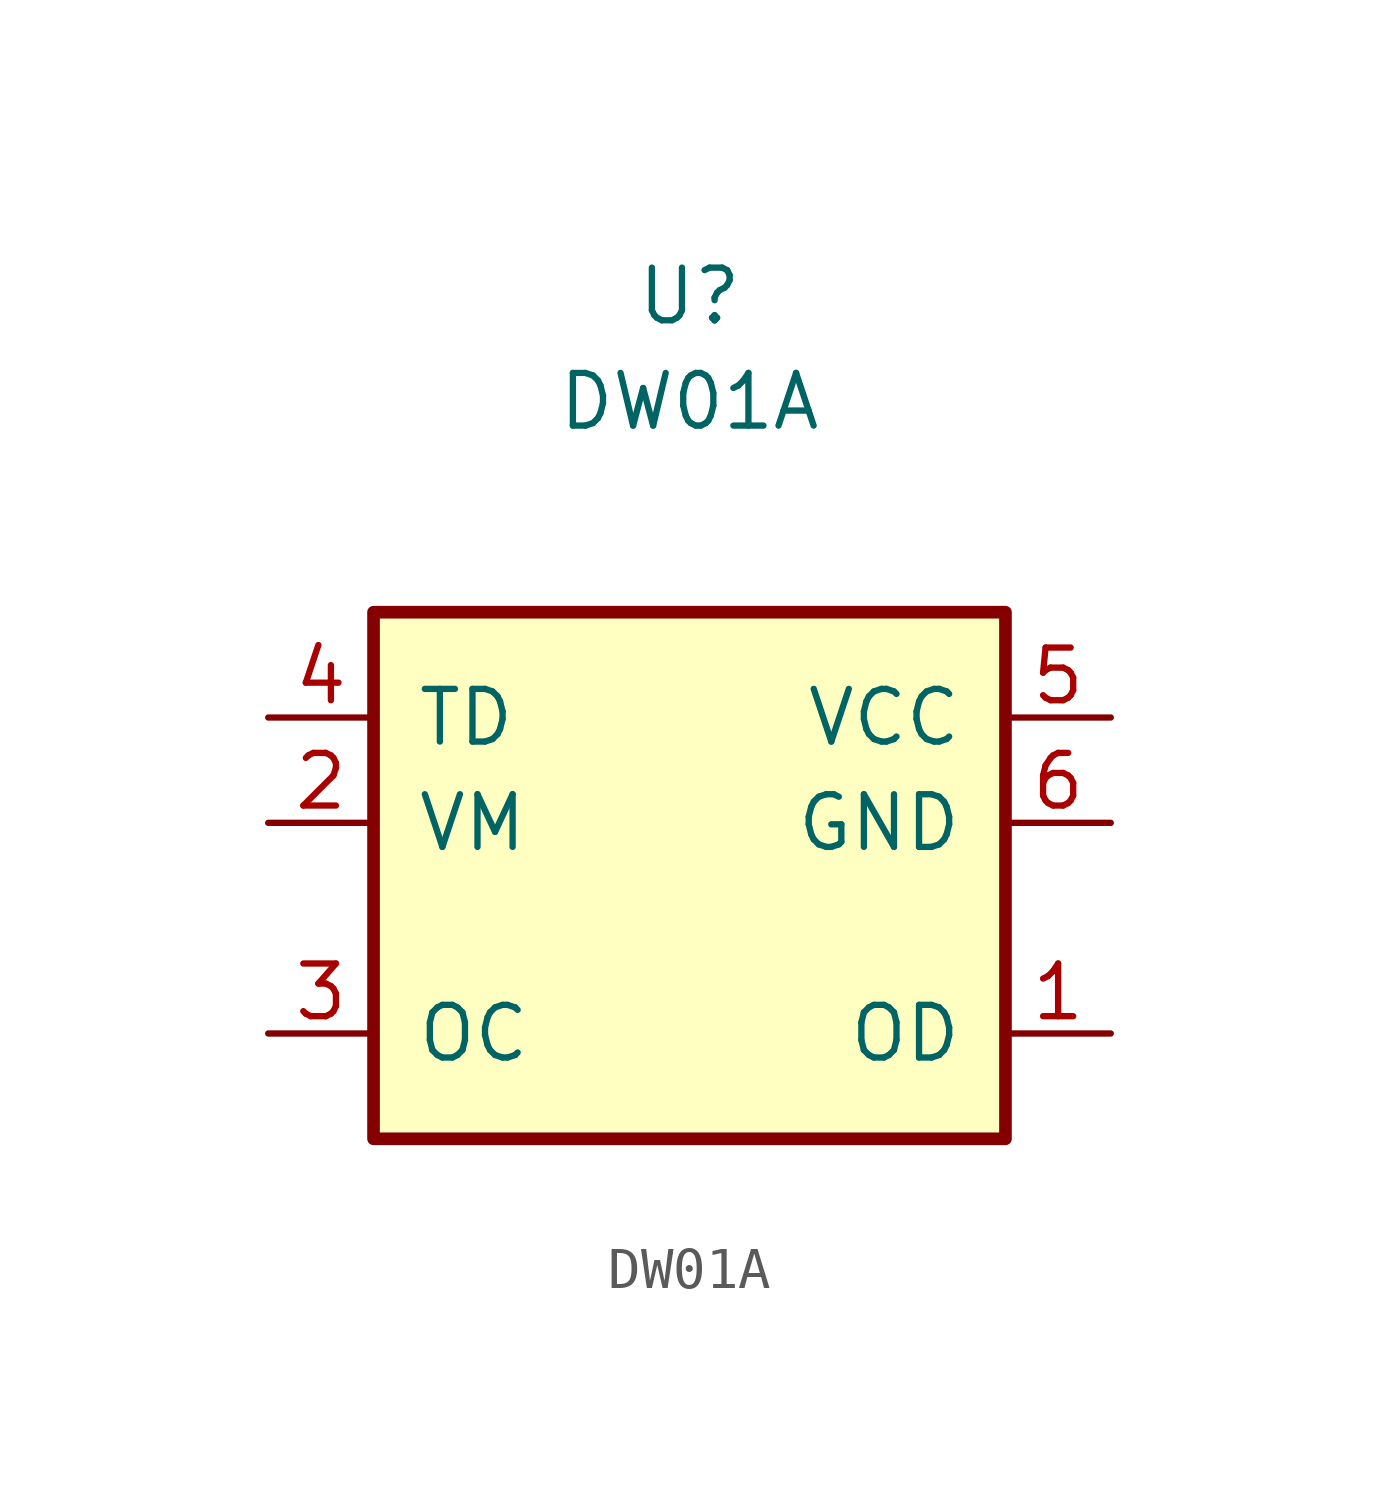
<source format=kicad_sym>
(kicad_symbol_lib
  (version 20220914)
  (generator kicad_symbol_editor)
  (symbol "DW01A"
    (pin_names
      (offset 1.016))
    (property "Reference" "U"
      (at 0 10.16 0)
      (effects (font (size 1.27 1.27))))
    (property "Value" "DW01A"
      (at 0 7.62 0)
      (effects (font (size 1.27 1.27))))
    (symbol "DW01A_1_1"
      (rectangle (start -7.62 2.54) (end 7.62 -10.16) (stroke (width 0.305) (type default)) (fill (type background)))
      (pin output line (at 10.16 -7.62 180) (length 2.54) (name "OD" (effects (font (size 1.27 1.27)))) (number "1" (effects (font (size 1.27 1.27)))))
      (pin input line (at -10.16 -2.54 0) (length 2.54) (name "VM" (effects (font (size 1.27 1.27)))) (number "2" (effects (font (size 1.27 1.27)))))
      (pin output line (at -10.16 -7.62 0) (length 2.54) (name "OC" (effects (font (size 1.27 1.27)))) (number "3" (effects (font (size 1.27 1.27)))))
      (pin input line (at -10.16 0 0) (length 2.54) (name "TD" (effects (font (size 1.27 1.27)))) (number "4" (effects (font (size 1.27 1.27)))))
      (pin power_in line (at 10.16 0 180) (length 2.54) (name "VCC" (effects (font (size 1.27 1.27)))) (number "5" (effects (font (size 1.27 1.27)))))
      (pin power_in line (at 10.16 -2.54 180) (length 2.54) (name "GND" (effects (font (size 1.27 1.27)))) (number "6" (effects (font (size 1.27 1.27))))))))
</source>
